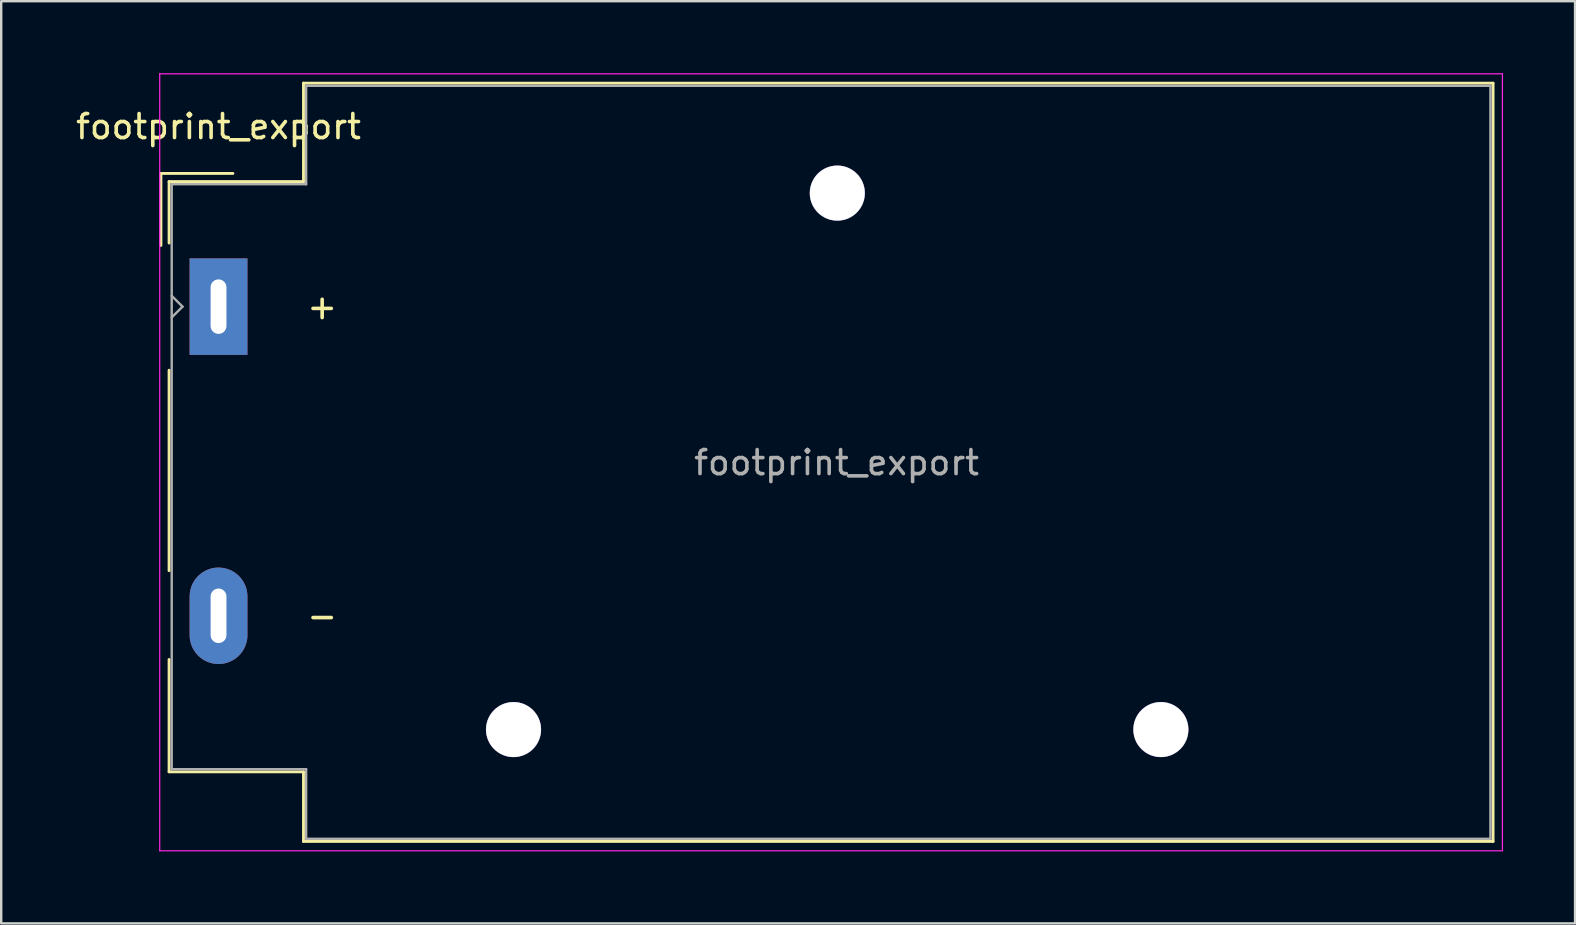
<source format=kicad_pcb>
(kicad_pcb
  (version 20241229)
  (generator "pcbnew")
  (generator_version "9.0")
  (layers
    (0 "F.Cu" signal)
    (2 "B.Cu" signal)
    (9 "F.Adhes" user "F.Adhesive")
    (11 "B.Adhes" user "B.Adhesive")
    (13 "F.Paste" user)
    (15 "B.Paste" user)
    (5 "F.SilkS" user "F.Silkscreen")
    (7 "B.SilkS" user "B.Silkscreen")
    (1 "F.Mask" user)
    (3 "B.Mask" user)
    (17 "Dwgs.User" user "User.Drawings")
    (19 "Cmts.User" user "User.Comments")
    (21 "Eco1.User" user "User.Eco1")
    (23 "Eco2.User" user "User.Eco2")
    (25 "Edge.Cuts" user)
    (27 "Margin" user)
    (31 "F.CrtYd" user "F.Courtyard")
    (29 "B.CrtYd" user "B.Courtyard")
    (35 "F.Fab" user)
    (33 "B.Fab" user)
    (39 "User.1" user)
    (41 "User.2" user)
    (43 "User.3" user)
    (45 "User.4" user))
  (footprint "footprint_export"
    (layer "F.Cu")
    (at 6.054 9.725)
    (property "Reference" "footprint_export" (at 0 -7.5 0) (layer "F.SilkS") (effects (font (size 1 1) (thickness 0.15))))
    (attr through_hole)
    (fp_line (start -2.4 -5.55) (end -2.4 -2.55) (stroke (width 0.12) (type solid)) (layer "F.SilkS"))
    (fp_line (start -2.4 -5.55) (end 0.6 -5.55) (stroke (width 0.12) (type solid)) (layer "F.SilkS"))
    (fp_line (start -2.06 -5.21) (end -2.06 -2.65) (stroke (width 0.12) (type solid)) (layer "F.SilkS"))
    (fp_line (start -2.06 2.65) (end -2.06 11) (stroke (width 0.12) (type solid)) (layer "F.SilkS"))
    (fp_line (start -2.06 19.38) (end -2.06 14.7) (stroke (width 0.12) (type solid)) (layer "F.SilkS"))
    (fp_line (start 3.54 -9.31) (end 3.54 -5.21) (stroke (width 0.12) (type solid)) (layer "F.SilkS"))
    (fp_line (start 3.54 -5.21) (end -2.06 -5.21) (stroke (width 0.12) (type solid)) (layer "F.SilkS"))
    (fp_line (start 3.54 19.38) (end -2.06 19.38) (stroke (width 0.12) (type solid)) (layer "F.SilkS"))
    (fp_line (start 3.54 22.28) (end 3.54 19.38) (stroke (width 0.12) (type solid)) (layer "F.SilkS"))
    (fp_line (start 53.1 -9.31) (end 3.54 -9.31) (stroke (width 0.12) (type solid)) (layer "F.SilkS"))
    (fp_line (start 53.1 22.28) (end 3.54 22.28) (stroke (width 0.12) (type solid)) (layer "F.SilkS"))
    (fp_line (start 53.1 22.28) (end 53.1 -9.31) (stroke (width 0.12) (type solid)) (layer "F.SilkS"))
    (fp_line (start -2.45 -9.7) (end -2.45 22.67) (stroke (width 0.05) (type solid)) (layer "F.CrtYd"))
    (fp_line (start -2.45 -9.7) (end 53.49 -9.7) (stroke (width 0.05) (type solid)) (layer "F.CrtYd"))
    (fp_line (start -2.45 22.67) (end 53.49 22.67) (stroke (width 0.05) (type solid)) (layer "F.CrtYd"))
    (fp_line (start 53.49 22.67) (end 53.49 -9.7) (stroke (width 0.05) (type solid)) (layer "F.CrtYd"))
    (fp_line (start -1.95 0.45) (end -1.5 0) (stroke (width 0.1) (type solid)) (layer "F.Fab"))
    (fp_line (start -1.95 19.27) (end -1.95 -5.1) (stroke (width 0.1) (type solid)) (layer "F.Fab"))
    (fp_line (start -1.5 0) (end -1.95 -0.45) (stroke (width 0.1) (type solid)) (layer "F.Fab"))
    (fp_line (start 3.65 -9.2) (end 52.99 -9.2) (stroke (width 0.1) (type solid)) (layer "F.Fab"))
    (fp_line (start 3.65 -5.1) (end -1.95 -5.1) (stroke (width 0.1) (type solid)) (layer "F.Fab"))
    (fp_line (start 3.65 -5.1) (end 3.65 -9.2) (stroke (width 0.1) (type solid)) (layer "F.Fab"))
    (fp_line (start 3.65 19.27) (end -1.95 19.27) (stroke (width 0.1) (type solid)) (layer "F.Fab"))
    (fp_line (start 3.65 22.17) (end 3.65 19.27) (stroke (width 0.1) (type solid)) (layer "F.Fab"))
    (fp_line (start 3.65 22.17) (end 52.99 22.17) (stroke (width 0.1) (type solid)) (layer "F.Fab"))
    (fp_line (start 52.99 22.17) (end 52.99 -9.2) (stroke (width 0.1) (type solid)) (layer "F.Fab"))
    (fp_text user "-" (at 3.6 12.88 0) (layer "F.SilkS") (effects (font (size 1 1) (thickness 0.15)) (justify left)))
    (fp_text user "+" (at 3.6 0 0) (layer "F.SilkS") (effects (font (size 1 1) (thickness 0.15)) (justify left)))
    (fp_text user "${REFERENCE}" (at 25.75 6.5 0) (layer "F.Fab") (effects (font (size 1 1) (thickness 0.15))))
    (pad "" np_thru_hole circle (at 12.29 17.62) (size 2.3 2.3) (drill 2.29) (layers "*.Cu" "*.Mask"))
    (pad "" np_thru_hole circle (at 25.78 -4.73) (size 2.3 2.3) (drill 2.29) (layers "*.Cu" "*.Mask"))
    (pad "" np_thru_hole circle (at 39.26 17.62) (size 2.3 2.3) (drill 2.29) (layers "*.Cu" "*.Mask"))
    (pad "1" thru_hole rect (at 0 0) (size 2.41 4.02) (drill oval 0.66 2.27) (layers "*.Cu" "*.Mask"))
    (pad "2" thru_hole oval (at 0 12.88) (size 2.41 4.02) (drill oval 0.66 2.27) (layers "*.Cu" "*.Mask")))
  (gr_rect
    (start -3 -3)
    (end 62.569 35.42)
    (stroke (width 0.1) (type default))
    (fill no)
    (layer "Edge.Cuts")))
</source>
